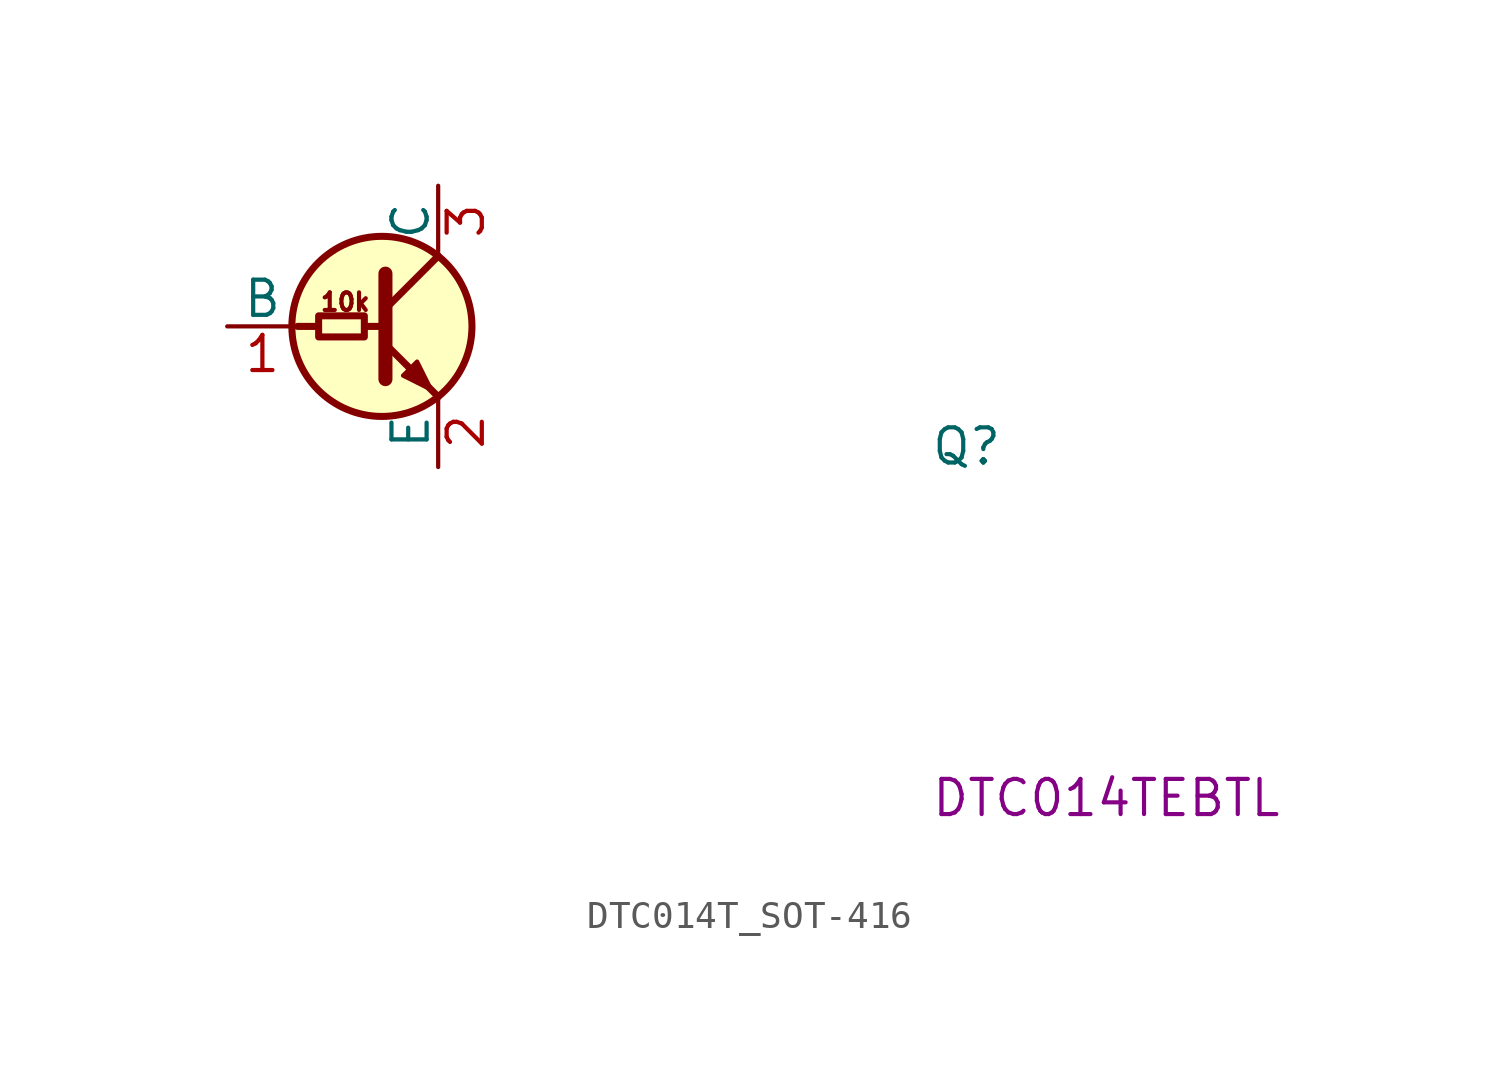
<source format=kicad_sym>
(kicad_symbol_lib
  (version 20220914)
  (generator kicad_symbol_editor)
  (symbol "DTC014T_SOT-416"
    (pin_names
      (offset 0))
    (property "Reference" "Q"
      (at 25.4 -5.08 0)
      (effects (font (size 1.27 1.27) (thickness 0.15)) (justify left bottom)))
    (property "MPN" "DTC014TEBTL"
      (at 25.4 -17.78 0)
      (effects (font (size 1.27 1.27) (thickness 0.15)) (justify left bottom)))
    (symbol "DTC014T_SOT-416_0_1"
      (polyline (pts (xy 2.54 0) (xy 3.175 0)) (stroke (width 0.254) (type default)) (fill (type none)))
      (polyline (pts (xy 5.08 0) (xy 5.588 0)) (stroke (width 0.254) (type default)) (fill (type none)))
      (polyline (pts (xy 5.715 0.635) (xy 7.62 2.54)) (stroke (width 0.254) (type default)) (fill (type none)))
      (polyline (pts (xy 5.715 -0.635) (xy 7.62 -2.54) (xy 7.62 -2.54)) (stroke (width 0.254) (type default)) (fill (type none)))
      (polyline (pts (xy 5.715 1.905) (xy 5.715 -1.905) (xy 5.715 -1.905)) (stroke (width 0.508) (type default)) (fill (type none)))
      (polyline (pts (xy 6.35 -1.778) (xy 6.858 -1.27) (xy 7.366 -2.286) (xy 6.35 -1.778) (xy 6.35 -1.778)) (stroke (width 0) (type default)) (fill (type outline)))
      (circle (center 5.588 0) (radius 3.253) (stroke (width 0.254) (type default)) (fill (type background))))
    (symbol "DTC014T_SOT-416_1_1"
      (rectangle (start 3.302 0.381) (end 4.953 -0.381) (stroke (width 0.254) (type default)) (fill (type none)))
      (text "10k" (at 3.302 0.508 0) (effects (font (size 0.635 0.635) (thickness 0.15)) (justify left bottom)))
      (pin input line (at 0 0 0) (length 2.54) (name "B" (effects (font (size 1.27 1.27)))) (number "1" (effects (font (size 1.27 1.27)))))
      (pin passive line (at 7.62 -5.08 90) (length 2.54) (name "E" (effects (font (size 1.27 1.27)))) (number "2" (effects (font (size 1.27 1.27)))))
      (pin passive line (at 7.62 5.08 270) (length 2.54) (name "C" (effects (font (size 1.27 1.27)))) (number "3" (effects (font (size 1.27 1.27))))))))
</source>
